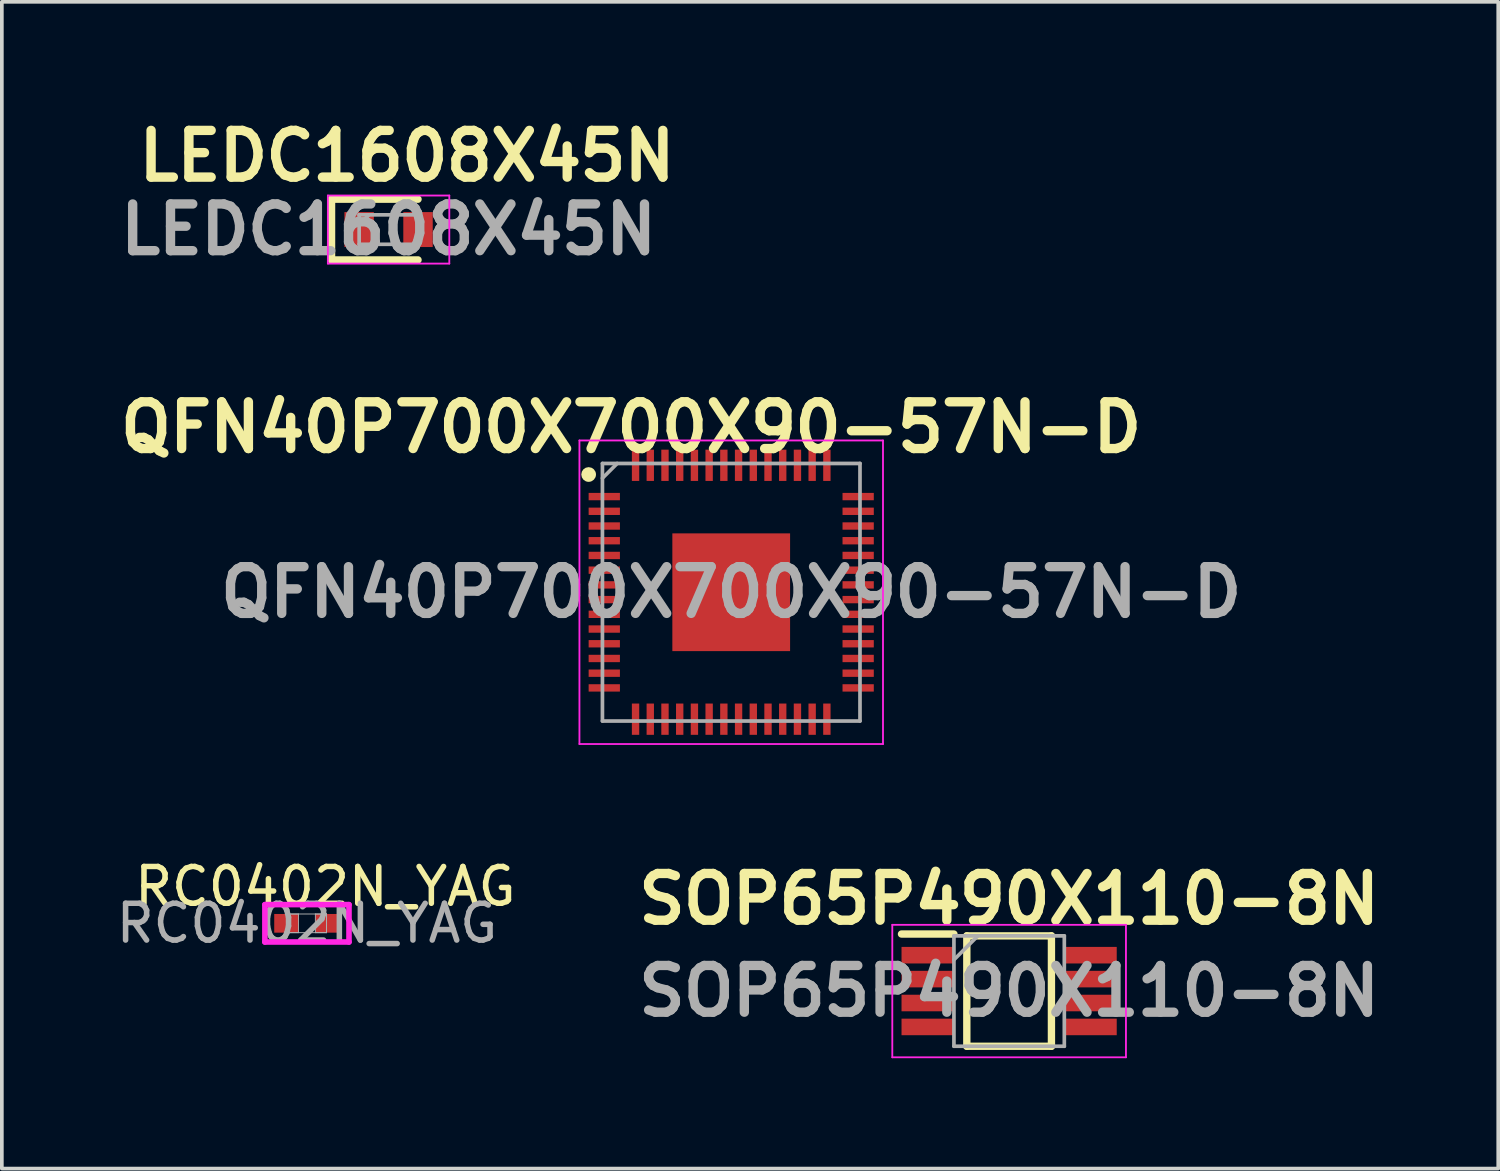
<source format=kicad_pcb>
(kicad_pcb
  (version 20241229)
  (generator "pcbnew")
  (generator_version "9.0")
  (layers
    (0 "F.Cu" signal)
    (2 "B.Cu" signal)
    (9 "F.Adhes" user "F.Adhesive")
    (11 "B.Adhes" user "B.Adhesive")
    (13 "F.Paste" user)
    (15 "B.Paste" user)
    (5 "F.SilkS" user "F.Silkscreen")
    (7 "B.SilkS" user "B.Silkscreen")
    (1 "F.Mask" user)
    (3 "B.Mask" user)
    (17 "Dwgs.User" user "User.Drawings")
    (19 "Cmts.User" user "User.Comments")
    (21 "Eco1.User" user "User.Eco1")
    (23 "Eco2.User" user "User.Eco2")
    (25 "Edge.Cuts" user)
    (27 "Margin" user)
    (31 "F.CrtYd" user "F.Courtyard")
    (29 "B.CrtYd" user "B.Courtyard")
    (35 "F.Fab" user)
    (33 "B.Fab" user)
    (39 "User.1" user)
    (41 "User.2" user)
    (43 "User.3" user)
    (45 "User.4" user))
  (footprint "QFN40P700X700X90-57N-D"
    (layer "F.Cu")
    (at 16.823 13.046)
    (property "Reference" "QFN40P700X700X90-57N-D" (at -2.72 -4.48 0) (layer "F.SilkS") (effects (font (size 1.27 1.27) (thickness 0.254))))
    (attr smd)
    (fp_circle (center -3.875 -3.2) (end -3.875 -3.1) (stroke (width 0.2) (type solid)) (fill no) (layer "F.SilkS"))
    (fp_line (start -4.125 -4.125) (end 4.125 -4.125) (stroke (width 0.05) (type solid)) (layer "F.CrtYd"))
    (fp_line (start -4.125 4.125) (end -4.125 -4.125) (stroke (width 0.05) (type solid)) (layer "F.CrtYd"))
    (fp_line (start 4.125 -4.125) (end 4.125 4.125) (stroke (width 0.05) (type solid)) (layer "F.CrtYd"))
    (fp_line (start 4.125 4.125) (end -4.125 4.125) (stroke (width 0.05) (type solid)) (layer "F.CrtYd"))
    (fp_line (start -3.5 -3.5) (end 3.5 -3.5) (stroke (width 0.1) (type solid)) (layer "F.Fab"))
    (fp_line (start -3.5 -3.1) (end -3.1 -3.5) (stroke (width 0.1) (type solid)) (layer "F.Fab"))
    (fp_line (start -3.5 3.5) (end -3.5 -3.5) (stroke (width 0.1) (type solid)) (layer "F.Fab"))
    (fp_line (start 3.5 -3.5) (end 3.5 3.5) (stroke (width 0.1) (type solid)) (layer "F.Fab"))
    (fp_line (start 3.5 3.5) (end -3.5 3.5) (stroke (width 0.1) (type solid)) (layer "F.Fab"))
    (fp_text user "${REFERENCE}" (at 0 0 0) (layer "F.Fab") (effects (font (size 1.27 1.27) (thickness 0.254))))
    (pad "1" smd rect (at -3.45 -2.6 90) (size 0.2 0.85) (layers "F.Cu" "F.Mask" "F.Paste"))
    (pad "2" smd rect (at -3.45 -2.2 90) (size 0.2 0.85) (layers "F.Cu" "F.Mask" "F.Paste"))
    (pad "3" smd rect (at -3.45 -1.8 90) (size 0.2 0.85) (layers "F.Cu" "F.Mask" "F.Paste"))
    (pad "4" smd rect (at -3.45 -1.4 90) (size 0.2 0.85) (layers "F.Cu" "F.Mask" "F.Paste"))
    (pad "5" smd rect (at -3.45 -1 90) (size 0.2 0.85) (layers "F.Cu" "F.Mask" "F.Paste"))
    (pad "6" smd rect (at -3.45 -0.6 90) (size 0.2 0.85) (layers "F.Cu" "F.Mask" "F.Paste"))
    (pad "7" smd rect (at -3.45 -0.2 90) (size 0.2 0.85) (layers "F.Cu" "F.Mask" "F.Paste"))
    (pad "8" smd rect (at -3.45 0.2 90) (size 0.2 0.85) (layers "F.Cu" "F.Mask" "F.Paste"))
    (pad "9" smd rect (at -3.45 0.6 90) (size 0.2 0.85) (layers "F.Cu" "F.Mask" "F.Paste"))
    (pad "10" smd rect (at -3.45 1 90) (size 0.2 0.85) (layers "F.Cu" "F.Mask" "F.Paste"))
    (pad "11" smd rect (at -3.45 1.4 90) (size 0.2 0.85) (layers "F.Cu" "F.Mask" "F.Paste"))
    (pad "12" smd rect (at -3.45 1.8 90) (size 0.2 0.85) (layers "F.Cu" "F.Mask" "F.Paste"))
    (pad "13" smd rect (at -3.45 2.2 90) (size 0.2 0.85) (layers "F.Cu" "F.Mask" "F.Paste"))
    (pad "14" smd rect (at -3.45 2.6 90) (size 0.2 0.85) (layers "F.Cu" "F.Mask" "F.Paste"))
    (pad "15" smd rect (at -2.6 3.45) (size 0.2 0.85) (layers "F.Cu" "F.Mask" "F.Paste"))
    (pad "16" smd rect (at -2.2 3.45) (size 0.2 0.85) (layers "F.Cu" "F.Mask" "F.Paste"))
    (pad "17" smd rect (at -1.8 3.45) (size 0.2 0.85) (layers "F.Cu" "F.Mask" "F.Paste"))
    (pad "18" smd rect (at -1.4 3.45) (size 0.2 0.85) (layers "F.Cu" "F.Mask" "F.Paste"))
    (pad "19" smd rect (at -1 3.45) (size 0.2 0.85) (layers "F.Cu" "F.Mask" "F.Paste"))
    (pad "20" smd rect (at -0.6 3.45) (size 0.2 0.85) (layers "F.Cu" "F.Mask" "F.Paste"))
    (pad "21" smd rect (at -0.2 3.45) (size 0.2 0.85) (layers "F.Cu" "F.Mask" "F.Paste"))
    (pad "22" smd rect (at 0.2 3.45) (size 0.2 0.85) (layers "F.Cu" "F.Mask" "F.Paste"))
    (pad "23" smd rect (at 0.6 3.45) (size 0.2 0.85) (layers "F.Cu" "F.Mask" "F.Paste"))
    (pad "24" smd rect (at 1 3.45) (size 0.2 0.85) (layers "F.Cu" "F.Mask" "F.Paste"))
    (pad "25" smd rect (at 1.4 3.45) (size 0.2 0.85) (layers "F.Cu" "F.Mask" "F.Paste"))
    (pad "26" smd rect (at 1.8 3.45) (size 0.2 0.85) (layers "F.Cu" "F.Mask" "F.Paste"))
    (pad "27" smd rect (at 2.2 3.45) (size 0.2 0.85) (layers "F.Cu" "F.Mask" "F.Paste"))
    (pad "28" smd rect (at 2.6 3.45) (size 0.2 0.85) (layers "F.Cu" "F.Mask" "F.Paste"))
    (pad "29" smd rect (at 3.45 2.6 90) (size 0.2 0.85) (layers "F.Cu" "F.Mask" "F.Paste"))
    (pad "30" smd rect (at 3.45 2.2 90) (size 0.2 0.85) (layers "F.Cu" "F.Mask" "F.Paste"))
    (pad "31" smd rect (at 3.45 1.8 90) (size 0.2 0.85) (layers "F.Cu" "F.Mask" "F.Paste"))
    (pad "32" smd rect (at 3.45 1.4 90) (size 0.2 0.85) (layers "F.Cu" "F.Mask" "F.Paste"))
    (pad "33" smd rect (at 3.45 1 90) (size 0.2 0.85) (layers "F.Cu" "F.Mask" "F.Paste"))
    (pad "34" smd rect (at 3.45 0.6 90) (size 0.2 0.85) (layers "F.Cu" "F.Mask" "F.Paste"))
    (pad "35" smd rect (at 3.45 0.2 90) (size 0.2 0.85) (layers "F.Cu" "F.Mask" "F.Paste"))
    (pad "36" smd rect (at 3.45 -0.2 90) (size 0.2 0.85) (layers "F.Cu" "F.Mask" "F.Paste"))
    (pad "37" smd rect (at 3.45 -0.6 90) (size 0.2 0.85) (layers "F.Cu" "F.Mask" "F.Paste"))
    (pad "38" smd rect (at 3.45 -1 90) (size 0.2 0.85) (layers "F.Cu" "F.Mask" "F.Paste"))
    (pad "39" smd rect (at 3.45 -1.4 90) (size 0.2 0.85) (layers "F.Cu" "F.Mask" "F.Paste"))
    (pad "40" smd rect (at 3.45 -1.8 90) (size 0.2 0.85) (layers "F.Cu" "F.Mask" "F.Paste"))
    (pad "41" smd rect (at 3.45 -2.2 90) (size 0.2 0.85) (layers "F.Cu" "F.Mask" "F.Paste"))
    (pad "42" smd rect (at 3.45 -2.6 90) (size 0.2 0.85) (layers "F.Cu" "F.Mask" "F.Paste"))
    (pad "43" smd rect (at 2.6 -3.45) (size 0.2 0.85) (layers "F.Cu" "F.Mask" "F.Paste"))
    (pad "44" smd rect (at 2.2 -3.45) (size 0.2 0.85) (layers "F.Cu" "F.Mask" "F.Paste"))
    (pad "45" smd rect (at 1.8 -3.45) (size 0.2 0.85) (layers "F.Cu" "F.Mask" "F.Paste"))
    (pad "46" smd rect (at 1.4 -3.45) (size 0.2 0.85) (layers "F.Cu" "F.Mask" "F.Paste"))
    (pad "47" smd rect (at 1 -3.45) (size 0.2 0.85) (layers "F.Cu" "F.Mask" "F.Paste"))
    (pad "48" smd rect (at 0.6 -3.45) (size 0.2 0.85) (layers "F.Cu" "F.Mask" "F.Paste"))
    (pad "49" smd rect (at 0.2 -3.45) (size 0.2 0.85) (layers "F.Cu" "F.Mask" "F.Paste"))
    (pad "50" smd rect (at -0.2 -3.45) (size 0.2 0.85) (layers "F.Cu" "F.Mask" "F.Paste"))
    (pad "51" smd rect (at -0.6 -3.45) (size 0.2 0.85) (layers "F.Cu" "F.Mask" "F.Paste"))
    (pad "52" smd rect (at -1 -3.45) (size 0.2 0.85) (layers "F.Cu" "F.Mask" "F.Paste"))
    (pad "53" smd rect (at -1.4 -3.45) (size 0.2 0.85) (layers "F.Cu" "F.Mask" "F.Paste"))
    (pad "54" smd rect (at -1.8 -3.45) (size 0.2 0.85) (layers "F.Cu" "F.Mask" "F.Paste"))
    (pad "55" smd rect (at -2.2 -3.45) (size 0.2 0.85) (layers "F.Cu" "F.Mask" "F.Paste"))
    (pad "56" smd rect (at -2.6 -3.45) (size 0.2 0.85) (layers "F.Cu" "F.Mask" "F.Paste"))
    (pad "57" smd rect (at 0 0) (size 3.2 3.2) (layers "F.Cu" "F.Mask" "F.Paste")))
  (footprint "LEDC1608X45N"
    (layer "F.Cu")
    (at 7.511 3.189)
    (property "Reference" "LEDC1608X45N" (at 0.5 -2 0) (layer "F.SilkS") (effects (font (size 1.27 1.27) (thickness 0.254))))
    (attr smd)
    (fp_line (start -1.55 -0.825) (end -1.55 0.825) (stroke (width 0.2) (type solid)) (layer "F.SilkS"))
    (fp_line (start -1.55 0.825) (end 0.8 0.825) (stroke (width 0.2) (type solid)) (layer "F.SilkS"))
    (fp_line (start 0.8 -0.825) (end -1.55 -0.825) (stroke (width 0.2) (type solid)) (layer "F.SilkS"))
    (fp_line (start -1.65 -0.925) (end 1.65 -0.925) (stroke (width 0.05) (type solid)) (layer "F.CrtYd"))
    (fp_line (start -1.65 0.925) (end -1.65 -0.925) (stroke (width 0.05) (type solid)) (layer "F.CrtYd"))
    (fp_line (start 1.65 -0.925) (end 1.65 0.925) (stroke (width 0.05) (type solid)) (layer "F.CrtYd"))
    (fp_line (start 1.65 0.925) (end -1.65 0.925) (stroke (width 0.05) (type solid)) (layer "F.CrtYd"))
    (fp_line (start -0.8 -0.4) (end 0.8 -0.4) (stroke (width 0.1) (type solid)) (layer "F.Fab"))
    (fp_line (start -0.8 -0.133) (end -0.533 -0.4) (stroke (width 0.1) (type solid)) (layer "F.Fab"))
    (fp_line (start -0.8 0.4) (end -0.8 -0.4) (stroke (width 0.1) (type solid)) (layer "F.Fab"))
    (fp_line (start 0.8 -0.4) (end 0.8 0.4) (stroke (width 0.1) (type solid)) (layer "F.Fab"))
    (fp_line (start 0.8 0.4) (end -0.8 0.4) (stroke (width 0.1) (type solid)) (layer "F.Fab"))
    (fp_text user "${REFERENCE}" (at 0 0 0) (layer "F.Fab") (effects (font (size 1.27 1.27) (thickness 0.254))))
    (pad "1" smd rect (at -0.8 0) (size 0.8 0.95) (layers "F.Cu" "F.Mask" "F.Paste"))
    (pad "2" smd rect (at 0.8 0) (size 0.8 0.95) (layers "F.Cu" "F.Mask" "F.Paste")))
  (footprint "SOP65P490X110-8N"
    (layer "F.Cu")
    (at 24.376 23.885)
    (property "Reference" "SOP65P490X110-8N" (at 0 -2.5 0) (layer "F.SilkS") (effects (font (size 1.27 1.27) (thickness 0.254))))
    (attr smd)
    (fp_line (start -2.925 -1.55) (end -1.5 -1.55) (stroke (width 0.2) (type solid)) (layer "F.SilkS"))
    (fp_line (start -1.15 -1.5) (end 1.15 -1.5) (stroke (width 0.2) (type solid)) (layer "F.SilkS"))
    (fp_line (start -1.15 1.5) (end -1.15 -1.5) (stroke (width 0.2) (type solid)) (layer "F.SilkS"))
    (fp_line (start 1.15 -1.5) (end 1.15 1.5) (stroke (width 0.2) (type solid)) (layer "F.SilkS"))
    (fp_line (start 1.15 1.5) (end -1.15 1.5) (stroke (width 0.2) (type solid)) (layer "F.SilkS"))
    (fp_line (start -3.175 -1.8) (end 3.175 -1.8) (stroke (width 0.05) (type solid)) (layer "F.CrtYd"))
    (fp_line (start -3.175 1.8) (end -3.175 -1.8) (stroke (width 0.05) (type solid)) (layer "F.CrtYd"))
    (fp_line (start 3.175 -1.8) (end 3.175 1.8) (stroke (width 0.05) (type solid)) (layer "F.CrtYd"))
    (fp_line (start 3.175 1.8) (end -3.175 1.8) (stroke (width 0.05) (type solid)) (layer "F.CrtYd"))
    (fp_line (start -1.5 -1.5) (end 1.5 -1.5) (stroke (width 0.1) (type solid)) (layer "F.Fab"))
    (fp_line (start -1.5 -0.85) (end -0.85 -1.5) (stroke (width 0.1) (type solid)) (layer "F.Fab"))
    (fp_line (start -1.5 1.5) (end -1.5 -1.5) (stroke (width 0.1) (type solid)) (layer "F.Fab"))
    (fp_line (start 1.5 -1.5) (end 1.5 1.5) (stroke (width 0.1) (type solid)) (layer "F.Fab"))
    (fp_line (start 1.5 1.5) (end -1.5 1.5) (stroke (width 0.1) (type solid)) (layer "F.Fab"))
    (fp_text user "${REFERENCE}" (at 0 0 0) (layer "F.Fab") (effects (font (size 1.27 1.27) (thickness 0.254))))
    (pad "1" smd rect (at -2.212 -0.975 90) (size 0.45 1.425) (layers "F.Cu" "F.Mask" "F.Paste"))
    (pad "2" smd rect (at -2.212 -0.325 90) (size 0.45 1.425) (layers "F.Cu" "F.Mask" "F.Paste"))
    (pad "3" smd rect (at -2.212 0.325 90) (size 0.45 1.425) (layers "F.Cu" "F.Mask" "F.Paste"))
    (pad "4" smd rect (at -2.212 0.975 90) (size 0.45 1.425) (layers "F.Cu" "F.Mask" "F.Paste"))
    (pad "5" smd rect (at 2.212 0.975 90) (size 0.45 1.425) (layers "F.Cu" "F.Mask" "F.Paste"))
    (pad "6" smd rect (at 2.212 0.325 90) (size 0.45 1.425) (layers "F.Cu" "F.Mask" "F.Paste"))
    (pad "7" smd rect (at 2.212 -0.325 90) (size 0.45 1.425) (layers "F.Cu" "F.Mask" "F.Paste"))
    (pad "8" smd rect (at 2.212 -0.975 90) (size 0.45 1.425) (layers "F.Cu" "F.Mask" "F.Paste")))
  (footprint "RC0402N_YAG"
    (layer "F.Cu")
    (at 5.292 22.044)
    (property "Reference" "RC0402N_YAG" (at 0.5 -1 0) (unlocked yes) (layer "F.SilkS") (effects (font (size 1 1) (thickness 0.15))))
    (attr smd)
    (fp_line (start -1.143 -0.508) (end 1.143 -0.508) (stroke (width 0.152) (type solid)) (layer "F.CrtYd"))
    (fp_line (start -1.143 0.508) (end -1.143 -0.508) (stroke (width 0.152) (type solid)) (layer "F.CrtYd"))
    (fp_line (start 1.143 -0.508) (end 1.143 0.508) (stroke (width 0.152) (type solid)) (layer "F.CrtYd"))
    (fp_line (start 1.143 0.508) (end -1.143 0.508) (stroke (width 0.152) (type solid)) (layer "F.CrtYd"))
    (fp_line (start -0.533 -0.254) (end -0.533 0.254) (stroke (width 0.025) (type solid)) (layer "F.Fab"))
    (fp_line (start -0.533 -0.254) (end -0.533 0.254) (stroke (width 0.025) (type solid)) (layer "F.Fab"))
    (fp_line (start -0.533 0.254) (end -0.229 0.254) (stroke (width 0.025) (type solid)) (layer "F.Fab"))
    (fp_line (start -0.533 0.254) (end 0.533 0.254) (stroke (width 0.025) (type solid)) (layer "F.Fab"))
    (fp_line (start -0.229 -0.254) (end -0.533 -0.254) (stroke (width 0.025) (type solid)) (layer "F.Fab"))
    (fp_line (start -0.229 0.254) (end -0.229 -0.254) (stroke (width 0.025) (type solid)) (layer "F.Fab"))
    (fp_line (start 0.229 -0.254) (end 0.229 0.254) (stroke (width 0.025) (type solid)) (layer "F.Fab"))
    (fp_line (start 0.229 0.254) (end 0.533 0.254) (stroke (width 0.025) (type solid)) (layer "F.Fab"))
    (fp_line (start 0.533 -0.254) (end -0.533 -0.254) (stroke (width 0.025) (type solid)) (layer "F.Fab"))
    (fp_line (start 0.533 -0.254) (end 0.229 -0.254) (stroke (width 0.025) (type solid)) (layer "F.Fab"))
    (fp_line (start 0.533 0.254) (end 0.533 -0.254) (stroke (width 0.025) (type solid)) (layer "F.Fab"))
    (fp_line (start 0.533 0.254) (end 0.533 -0.254) (stroke (width 0.025) (type solid)) (layer "F.Fab"))
    (fp_text user "${REFERENCE}" (at 0 0 0) (unlocked yes) (layer "F.Fab") (effects (font (size 1 1) (thickness 0.15))))
    (pad "1" smd rect (at -0.559 0) (size 0.66 0.508) (layers "F.Cu" "F.Mask" "F.Paste"))
    (pad "2" smd rect (at 0.559 0) (size 0.66 0.508) (layers "F.Cu" "F.Mask" "F.Paste"))
    (zone (net_name "") (layer "F.Cu") (hatch full 0.508) (connect_pads) (min_thickness 0.254) (filled_areas_thickness no) (keepout (tracks not_allowed) (vias not_allowed) (pads allowed) (copperpour not_allowed) (footprints allowed)) (placement (enabled no)) (fill) (polygon (pts (xy 5.114 21.841) (xy 5.469 21.841) (xy 5.469 22.248) (xy 5.114 22.248)))))
  (gr_rect
    (start -3 -3)
    (end 37.669 28.71)
    (stroke (width 0.1) (type default))
    (fill no)
    (layer "Edge.Cuts")))
</source>
